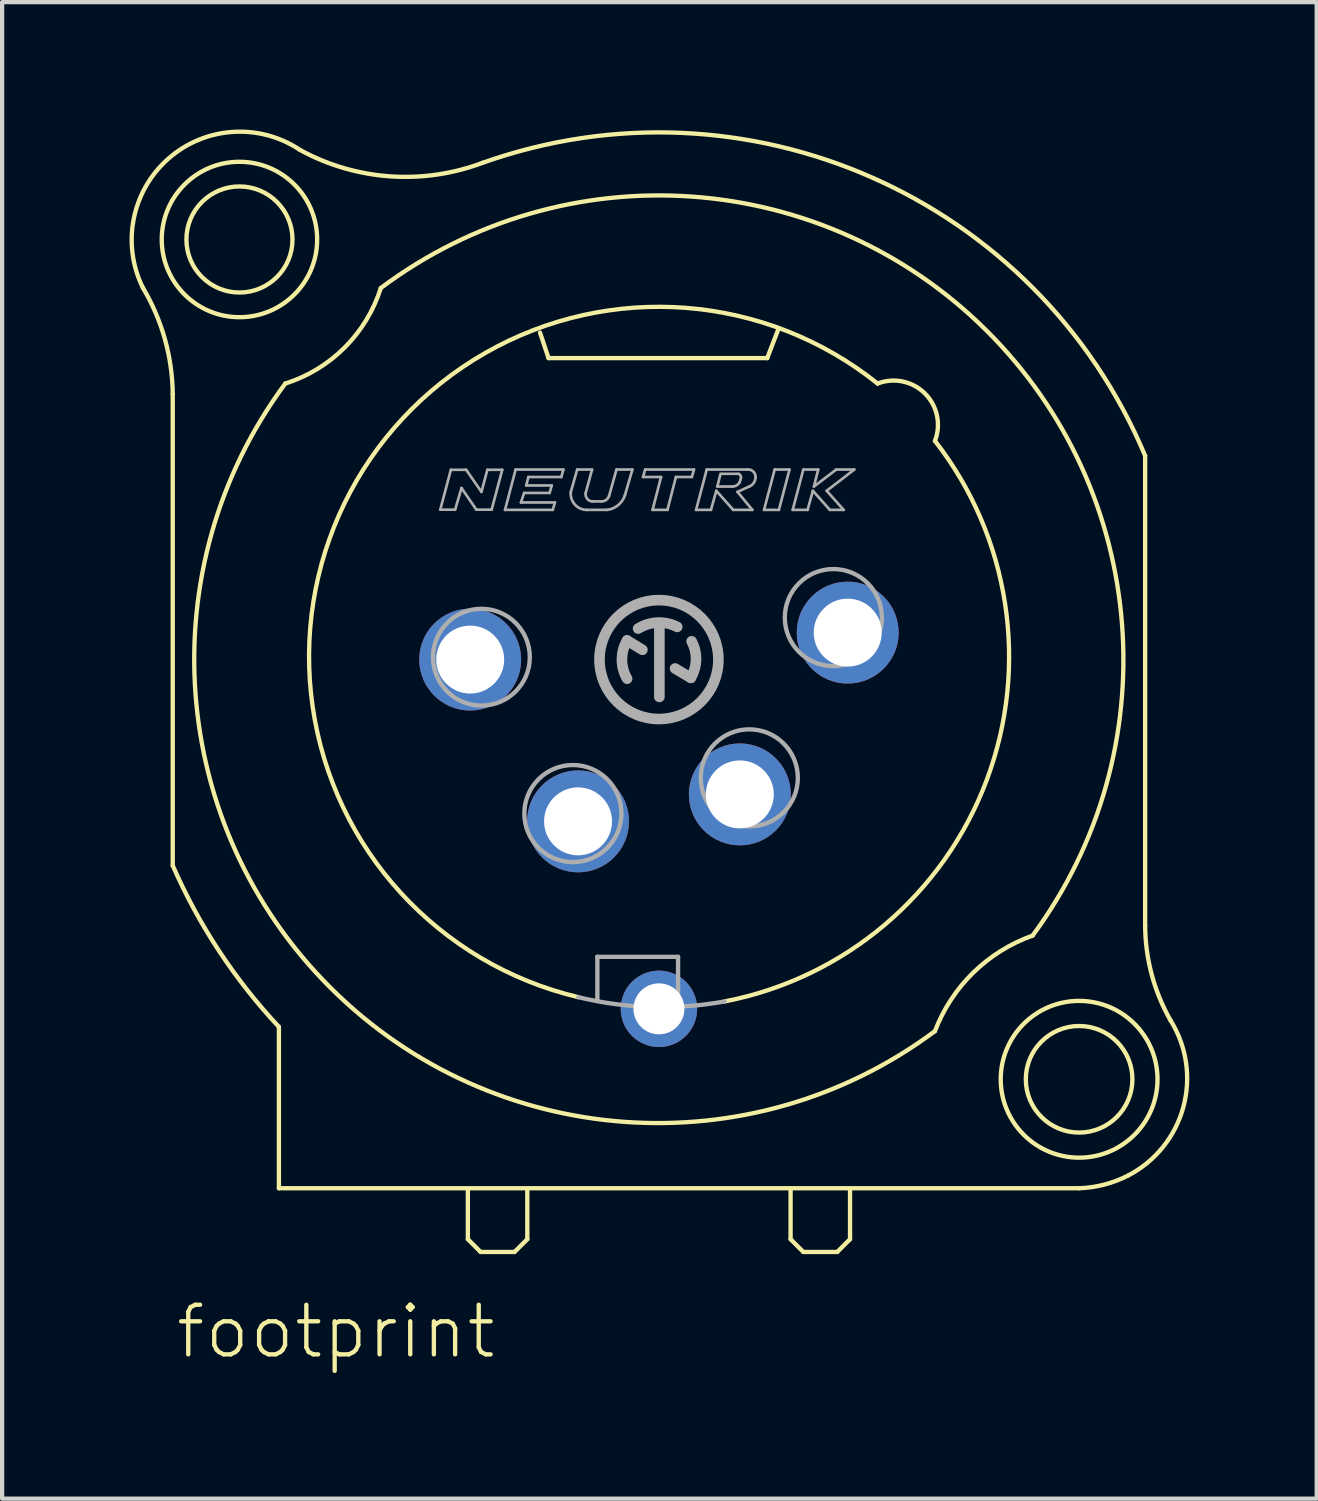
<source format=kicad_pcb>
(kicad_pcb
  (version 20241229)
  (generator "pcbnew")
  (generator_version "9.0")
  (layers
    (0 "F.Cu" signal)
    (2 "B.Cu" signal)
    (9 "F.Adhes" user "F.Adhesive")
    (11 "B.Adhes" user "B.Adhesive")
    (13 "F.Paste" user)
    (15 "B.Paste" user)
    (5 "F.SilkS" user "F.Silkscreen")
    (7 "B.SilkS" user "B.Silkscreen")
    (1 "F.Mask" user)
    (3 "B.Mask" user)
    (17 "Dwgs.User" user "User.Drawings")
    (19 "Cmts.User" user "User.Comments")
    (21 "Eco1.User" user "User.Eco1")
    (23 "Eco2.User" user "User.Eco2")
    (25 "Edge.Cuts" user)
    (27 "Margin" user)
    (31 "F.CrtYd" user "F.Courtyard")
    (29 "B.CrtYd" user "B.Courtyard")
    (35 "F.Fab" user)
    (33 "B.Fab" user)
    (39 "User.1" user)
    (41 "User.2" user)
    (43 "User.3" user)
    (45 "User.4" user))
  (footprint "footprint"
    (layer "F.Cu")
    (at 12.468 12.483)
    (property "Reference" "footprint" (at -11.43 16.51 0) (layer "F.SilkS") (effects (font (size 1.168 1.168) (thickness 0.102)) (justify left bottom)))
    (fp_line (start -11.45 -6.25) (end -11.45 4.85) (stroke (width 0.102) (type solid)) (layer "F.SilkS"))
    (fp_line (start -8.95 8.65) (end -8.95 12.45) (stroke (width 0.102) (type solid)) (layer "F.SilkS"))
    (fp_line (start -8.95 12.45) (end 9.9 12.45) (stroke (width 0.102) (type solid)) (layer "F.SilkS"))
    (fp_line (start -4.5 12.5) (end -4.5 13.65) (stroke (width 0.102) (type solid)) (layer "F.SilkS"))
    (fp_line (start -4.5 13.65) (end -4.2 13.95) (stroke (width 0.102) (type solid)) (layer "F.SilkS"))
    (fp_line (start -4.2 13.95) (end -3.4 13.95) (stroke (width 0.102) (type solid)) (layer "F.SilkS"))
    (fp_line (start -3.4 13.95) (end -3.1 13.65) (stroke (width 0.102) (type solid)) (layer "F.SilkS"))
    (fp_line (start -3.1 13.65) (end -3.1 12.5) (stroke (width 0.102) (type solid)) (layer "F.SilkS"))
    (fp_line (start -2.8 -7.7) (end -2.6 -7.1) (stroke (width 0.102) (type solid)) (layer "F.SilkS"))
    (fp_line (start -2.6 -7.1) (end 2.55 -7.1) (stroke (width 0.102) (type solid)) (layer "F.SilkS"))
    (fp_line (start 2.55 -7.1) (end 2.8 -7.75) (stroke (width 0.102) (type solid)) (layer "F.SilkS"))
    (fp_line (start 3.1 12.5) (end 3.1 13.65) (stroke (width 0.102) (type solid)) (layer "F.SilkS"))
    (fp_line (start 3.1 13.65) (end 3.4 13.95) (stroke (width 0.102) (type solid)) (layer "F.SilkS"))
    (fp_line (start 3.4 13.95) (end 4.2 13.95) (stroke (width 0.102) (type solid)) (layer "F.SilkS"))
    (fp_line (start 4.2 13.95) (end 4.5 13.65) (stroke (width 0.102) (type solid)) (layer "F.SilkS"))
    (fp_line (start 4.5 13.65) (end 4.5 12.5) (stroke (width 0.102) (type solid)) (layer "F.SilkS"))
    (fp_line (start 11.45 6.25) (end 11.45 -4.8) (stroke (width 0.102) (type solid)) (layer "F.SilkS"))
    (fp_arc (start -12.15 -8.75) (mid -11.634641 -7.5463) (end -11.45 -6.25) (stroke (width 0.1016) (type solid)) (layer "F.SilkS"))
    (fp_arc (start -12.149999 -8.75) (mid -11.550562 -11.798717) (end -8.45 -12) (stroke (width 0.1016) (type solid)) (layer "F.SilkS"))
    (fp_arc (start -8.95 8.65) (mid -10.362445 6.856872) (end -11.45 4.85) (stroke (width 0.1016) (type solid)) (layer "F.SilkS"))
    (fp_arc (start -6.55 -8.75) (mid 7.709645 -7.752825) (end 8.799998 6.499998) (stroke (width 0.1016) (type solid)) (layer "F.SilkS"))
    (fp_arc (start -6.55 -8.749999) (mid -7.399996 -7.349995) (end -8.8 -6.5) (stroke (width 0.1016) (type solid)) (layer "F.SilkS"))
    (fp_arc (start -4.15 -11.7) (mid -6.332781 -11.380141) (end -8.45 -12) (stroke (width 0.1016) (type solid)) (layer "F.SilkS"))
    (fp_arc (start -4.15 -11.7) (mid 5.021613 -11.351038) (end 11.45 -4.8) (stroke (width 0.1016) (type solid)) (layer "F.SilkS"))
    (fp_arc (start -1.9 7.95) (mid -7.405122 -3.680698) (end 5.149998 -6.499999) (stroke (width 0.1016) (type solid)) (layer "F.SilkS"))
    (fp_arc (start 5.15 -6.5) (mid 6.265153 -6.265153) (end 6.5 -5.15) (stroke (width 0.1016) (type solid)) (layer "F.SilkS"))
    (fp_arc (start 6.5 -5.15) (mid 7.719787 2.835545) (end 1.550002 8.050001) (stroke (width 0.1016) (type solid)) (layer "F.SilkS"))
    (fp_arc (start 6.5 8.75) (mid -7.7333 7.729886) (end -8.799998 -6.499998) (stroke (width 0.1016) (type solid)) (layer "F.SilkS"))
    (fp_arc (start 6.500001 8.749999) (mid 7.402461 7.371959) (end 8.8 6.5) (stroke (width 0.1016) (type solid)) (layer "F.SilkS"))
    (fp_arc (start 11.05 12.15) (mid 10.491533 12.363377) (end 9.9 12.45) (stroke (width 0.1016) (type solid)) (layer "F.SilkS"))
    (fp_arc (start 12.05 8.5) (mid 12.348211 10.543688) (end 11.05 12.15) (stroke (width 0.1016) (type solid)) (layer "F.SilkS"))
    (fp_arc (start 12.05 8.5) (mid 11.603713 7.41401) (end 11.45 6.25) (stroke (width 0.1016) (type solid)) (layer "F.SilkS"))
    (fp_circle (center -9.879 -9.893) (end -8.63 -9.893) (stroke (width 0.102) (type solid)) (fill no) (layer "F.SilkS"))
    (fp_circle (center -9.879 -9.893) (end -8.049 -9.893) (stroke (width 0.102) (type solid)) (fill no) (layer "F.SilkS"))
    (fp_circle (center 9.895 9.884) (end 11.15 9.884) (stroke (width 0.102) (type solid)) (fill no) (layer "F.SilkS"))
    (fp_circle (center 9.895 9.884) (end 11.741 9.884) (stroke (width 0.102) (type solid)) (fill no) (layer "F.SilkS"))
    (fp_line (start -5.15 -3.53) (end -4.9 -4.47) (stroke (width 0.063) (type solid)) (layer "F.Fab"))
    (fp_line (start -4.9 -4.47) (end -4.54 -4.47) (stroke (width 0.063) (type solid)) (layer "F.Fab"))
    (fp_line (start -4.8 -3.53) (end -5.15 -3.53) (stroke (width 0.063) (type solid)) (layer "F.Fab"))
    (fp_line (start -4.65 -4.04) (end -4.8 -3.53) (stroke (width 0.063) (type solid)) (layer "F.Fab"))
    (fp_line (start -4.54 -4.47) (end -4.18 -3.95) (stroke (width 0.063) (type solid)) (layer "F.Fab"))
    (fp_line (start -4.3 -3.53) (end -4.65 -4.04) (stroke (width 0.063) (type solid)) (layer "F.Fab"))
    (fp_line (start -4.18 -3.95) (end -4.04 -4.47) (stroke (width 0.063) (type solid)) (layer "F.Fab"))
    (fp_line (start -4.04 -4.47) (end -3.69 -4.47) (stroke (width 0.063) (type solid)) (layer "F.Fab"))
    (fp_line (start -3.94 -3.53) (end -4.3 -3.53) (stroke (width 0.063) (type solid)) (layer "F.Fab"))
    (fp_line (start -3.69 -4.47) (end -3.94 -3.53) (stroke (width 0.063) (type solid)) (layer "F.Fab"))
    (fp_line (start -3.625 -3.525) (end -3.375 -4.475) (stroke (width 0.063) (type solid)) (layer "F.Fab"))
    (fp_line (start -3.375 -4.475) (end -2.25 -4.475) (stroke (width 0.063) (type solid)) (layer "F.Fab"))
    (fp_line (start -3.25 -3.7) (end -2.45 -3.7) (stroke (width 0.063) (type solid)) (layer "F.Fab"))
    (fp_line (start -3.175 -3.925) (end -3.25 -3.7) (stroke (width 0.063) (type solid)) (layer "F.Fab"))
    (fp_line (start -3.125 -4.1) (end -2.525 -4.1) (stroke (width 0.063) (type solid)) (layer "F.Fab"))
    (fp_line (start -3.075 -4.3) (end -3.125 -4.1) (stroke (width 0.063) (type solid)) (layer "F.Fab"))
    (fp_line (start -2.575 -3.925) (end -3.175 -3.925) (stroke (width 0.063) (type solid)) (layer "F.Fab"))
    (fp_line (start -2.525 -4.1) (end -2.575 -3.925) (stroke (width 0.063) (type solid)) (layer "F.Fab"))
    (fp_line (start -2.5 -3.525) (end -3.625 -3.525) (stroke (width 0.063) (type solid)) (layer "F.Fab"))
    (fp_line (start -2.45 -3.7) (end -2.5 -3.525) (stroke (width 0.063) (type solid)) (layer "F.Fab"))
    (fp_line (start -2.3 -4.3) (end -3.075 -4.3) (stroke (width 0.063) (type solid)) (layer "F.Fab"))
    (fp_line (start -2.25 -4.475) (end -2.3 -4.3) (stroke (width 0.063) (type solid)) (layer "F.Fab"))
    (fp_line (start -2.075 -3.95) (end -1.925 -4.475) (stroke (width 0.063) (type solid)) (layer "F.Fab"))
    (fp_line (start -1.925 -4.475) (end -1.575 -4.475) (stroke (width 0.063) (type solid)) (layer "F.Fab"))
    (fp_line (start -1.575 -4.475) (end -1.725 -3.925) (stroke (width 0.063) (type solid)) (layer "F.Fab"))
    (fp_line (start -1.575 -3.725) (end -1.35 -3.725) (stroke (width 0.063) (type solid)) (layer "F.Fab"))
    (fp_line (start -1.45 7) (end 0.45 7) (stroke (width 0.102) (type solid)) (layer "F.Fab"))
    (fp_line (start -1.45 8) (end -1.45 7) (stroke (width 0.102) (type solid)) (layer "F.Fab"))
    (fp_line (start -1.225 -3.525) (end -1.7 -3.525) (stroke (width 0.063) (type solid)) (layer "F.Fab"))
    (fp_line (start -1.175 -3.85) (end -1 -4.475) (stroke (width 0.063) (type solid)) (layer "F.Fab"))
    (fp_line (start -1 -4.475) (end -0.625 -4.475) (stroke (width 0.063) (type solid)) (layer "F.Fab"))
    (fp_line (start -0.75 -0.45) (end -0.39 -0.23) (stroke (width 0.25) (type solid)) (layer "F.Fab"))
    (fp_line (start -0.625 -4.475) (end -0.8 -3.875) (stroke (width 0.063) (type solid)) (layer "F.Fab"))
    (fp_line (start -0.375 -4.3) (end -0.325 -4.475) (stroke (width 0.063) (type solid)) (layer "F.Fab"))
    (fp_line (start -0.325 -4.475) (end 0.825 -4.475) (stroke (width 0.063) (type solid)) (layer "F.Fab"))
    (fp_line (start -0.15 -3.525) (end 0.05 -4.3) (stroke (width 0.063) (type solid)) (layer "F.Fab"))
    (fp_line (start 0.01 0.88) (end 0.01 -0.78) (stroke (width 0.25) (type solid)) (layer "F.Fab"))
    (fp_line (start 0.05 -4.3) (end -0.375 -4.3) (stroke (width 0.063) (type solid)) (layer "F.Fab"))
    (fp_line (start 0.2 -3.525) (end -0.15 -3.525) (stroke (width 0.063) (type solid)) (layer "F.Fab"))
    (fp_line (start 0.38 0.21) (end 0.75 0.43) (stroke (width 0.25) (type solid)) (layer "F.Fab"))
    (fp_line (start 0.4 -4.3) (end 0.2 -3.525) (stroke (width 0.063) (type solid)) (layer "F.Fab"))
    (fp_line (start 0.45 7) (end 0.45 8.15) (stroke (width 0.102) (type solid)) (layer "F.Fab"))
    (fp_line (start 0.775 -4.3) (end 0.4 -4.3) (stroke (width 0.063) (type solid)) (layer "F.Fab"))
    (fp_line (start 0.825 -4.475) (end 0.775 -4.3) (stroke (width 0.063) (type solid)) (layer "F.Fab"))
    (fp_line (start 0.875 -3.525) (end 1.125 -4.475) (stroke (width 0.063) (type solid)) (layer "F.Fab"))
    (fp_line (start 1.125 -4.475) (end 2.075 -4.475) (stroke (width 0.063) (type solid)) (layer "F.Fab"))
    (fp_line (start 1.225 -3.525) (end 0.875 -3.525) (stroke (width 0.063) (type solid)) (layer "F.Fab"))
    (fp_line (start 1.35 -3.975) (end 1.225 -3.525) (stroke (width 0.063) (type solid)) (layer "F.Fab"))
    (fp_line (start 1.375 -4.075) (end 1.725 -4.075) (stroke (width 0.063) (type solid)) (layer "F.Fab"))
    (fp_line (start 1.45 -4.375) (end 1.375 -4.075) (stroke (width 0.063) (type solid)) (layer "F.Fab"))
    (fp_line (start 1.75 -3.525) (end 1.35 -3.975) (stroke (width 0.063) (type solid)) (layer "F.Fab"))
    (fp_line (start 1.85 -3.95) (end 2.2 -3.525) (stroke (width 0.063) (type solid)) (layer "F.Fab"))
    (fp_line (start 1.875 -4.375) (end 1.475 -4.375) (stroke (width 0.063) (type solid)) (layer "F.Fab"))
    (fp_line (start 1.9 -4.175) (end 1.925 -4.25) (stroke (width 0.063) (type solid)) (layer "F.Fab"))
    (fp_line (start 2.125 -4.075) (end 1.85 -3.95) (stroke (width 0.063) (type solid)) (layer "F.Fab"))
    (fp_line (start 2.2 -3.525) (end 1.75 -3.525) (stroke (width 0.063) (type solid)) (layer "F.Fab"))
    (fp_line (start 2.475 -3.525) (end 2.725 -4.475) (stroke (width 0.063) (type solid)) (layer "F.Fab"))
    (fp_line (start 2.725 -4.475) (end 3.075 -4.475) (stroke (width 0.063) (type solid)) (layer "F.Fab"))
    (fp_line (start 2.825 -3.525) (end 2.475 -3.525) (stroke (width 0.063) (type solid)) (layer "F.Fab"))
    (fp_line (start 3.075 -4.475) (end 2.825 -3.525) (stroke (width 0.063) (type solid)) (layer "F.Fab"))
    (fp_line (start 3.15 -3.525) (end 3.5 -3.525) (stroke (width 0.063) (type solid)) (layer "F.Fab"))
    (fp_line (start 3.4 -4.475) (end 3.15 -3.525) (stroke (width 0.063) (type solid)) (layer "F.Fab"))
    (fp_line (start 3.5 -3.525) (end 3.625 -3.975) (stroke (width 0.063) (type solid)) (layer "F.Fab"))
    (fp_line (start 3.625 -3.975) (end 4.025 -3.525) (stroke (width 0.063) (type solid)) (layer "F.Fab"))
    (fp_line (start 3.65 -4.075) (end 3.75 -4.475) (stroke (width 0.063) (type solid)) (layer "F.Fab"))
    (fp_line (start 3.75 -4.475) (end 3.4 -4.475) (stroke (width 0.063) (type solid)) (layer "F.Fab"))
    (fp_line (start 3.95 -3.975) (end 4.6 -4.475) (stroke (width 0.063) (type solid)) (layer "F.Fab"))
    (fp_line (start 4.025 -3.525) (end 4.35 -3.525) (stroke (width 0.063) (type solid)) (layer "F.Fab"))
    (fp_line (start 4.175 -4.475) (end 3.65 -4.075) (stroke (width 0.063) (type solid)) (layer "F.Fab"))
    (fp_line (start 4.35 -3.525) (end 3.95 -3.975) (stroke (width 0.063) (type solid)) (layer "F.Fab"))
    (fp_line (start 4.6 -4.475) (end 4.175 -4.475) (stroke (width 0.063) (type solid)) (layer "F.Fab"))
    (fp_arc (start -1.7 -3.525) (mid -1.982521 -3.653658) (end -2.075 -3.95) (stroke (width 0.0634) (type solid)) (layer "F.Fab"))
    (fp_arc (start -1.575001 -3.724999) (mid -1.694241 -3.79182) (end -1.725 -3.925) (stroke (width 0.0634) (type solid)) (layer "F.Fab"))
    (fp_arc (start -1.175 -3.849999) (mid -1.243067 -3.760293) (end -1.35 -3.725) (stroke (width 0.0634) (type solid)) (layer "F.Fab"))
    (fp_arc (start -0.8 -3.875) (mid -0.960298 -3.636613) (end -1.224999 -3.525) (stroke (width 0.0634) (type solid)) (layer "F.Fab"))
    (fp_arc (start -0.75 0.45) (mid -0.871403 0) (end -0.75 -0.45) (stroke (width 0.25) (type solid)) (layer "F.Fab"))
    (fp_arc (start -0.49 -0.73) (mid -0.035247 -0.870661) (end 0.429999 -0.77) (stroke (width 0.25) (type solid)) (layer "F.Fab"))
    (fp_arc (start 0.769999 -0.430001) (mid 0.873225 0.002632) (end 0.75 0.43) (stroke (width 0.25) (type solid)) (layer "F.Fab"))
    (fp_arc (start 1.55 8.05) (mid -0.180259 8.181418) (end -1.9 7.95) (stroke (width 0.1016) (type solid)) (layer "F.Fab"))
    (fp_arc (start 1.875 -4.375) (mid 1.925888 -4.322855) (end 1.925 -4.25) (stroke (width 0.0634) (type solid)) (layer "F.Fab"))
    (fp_arc (start 1.899999 -4.175) (mid 1.82636 -4.100745) (end 1.725 -4.075) (stroke (width 0.0634) (type solid)) (layer "F.Fab"))
    (fp_arc (start 2.075 -4.475) (mid 2.215619 -4.43392) (end 2.275 -4.299998) (stroke (width 0.0634) (type solid)) (layer "F.Fab"))
    (fp_arc (start 2.275 -4.3) (mid 2.235142 -4.164071) (end 2.125 -4.074999) (stroke (width 0.0634) (type solid)) (layer "F.Fab"))
    (fp_circle (center -4.181 -0.056) (end -3.041 -0.056) (stroke (width 0.102) (type solid)) (fill no) (layer "F.Fab"))
    (fp_circle (center -2.027 3.626) (end -0.884 3.626) (stroke (width 0.102) (type solid)) (fill no) (layer "F.Fab"))
    (fp_circle (center 0 0) (end 1.4 0) (stroke (width 0.25) (type solid)) (fill no) (layer "F.Fab"))
    (fp_circle (center 2.128 2.786) (end 3.271 2.786) (stroke (width 0.102) (type solid)) (fill no) (layer "F.Fab"))
    (fp_circle (center 4.107 -0.989) (end 5.25 -0.989) (stroke (width 0.102) (type solid)) (fill no) (layer "F.Fab"))
    (pad "1" thru_hole circle (at -4.445 0) (size 2.4 2.4) (drill 1.6) (layers "*.Cu" "*.Mask"))
    (pad "2" thru_hole circle (at -1.905 3.81) (size 2.4 2.4) (drill 1.6) (layers "*.Cu" "*.Mask"))
    (pad "3" thru_hole circle (at 1.905 3.175) (size 2.4 2.4) (drill 1.6) (layers "*.Cu" "*.Mask"))
    (pad "4" thru_hole circle (at 4.445 -0.635) (size 2.4 2.4) (drill 1.6) (layers "*.Cu" "*.Mask"))
    (pad "G" thru_hole circle (at 0 8.225) (size 1.8 1.8) (drill 1.2) (layers "*.Cu" "*.Mask")))
  (gr_rect
    (start -3 -3)
    (end 27.958 32.243)
    (stroke (width 0.1) (type default))
    (fill no)
    (layer "Edge.Cuts")))
</source>
